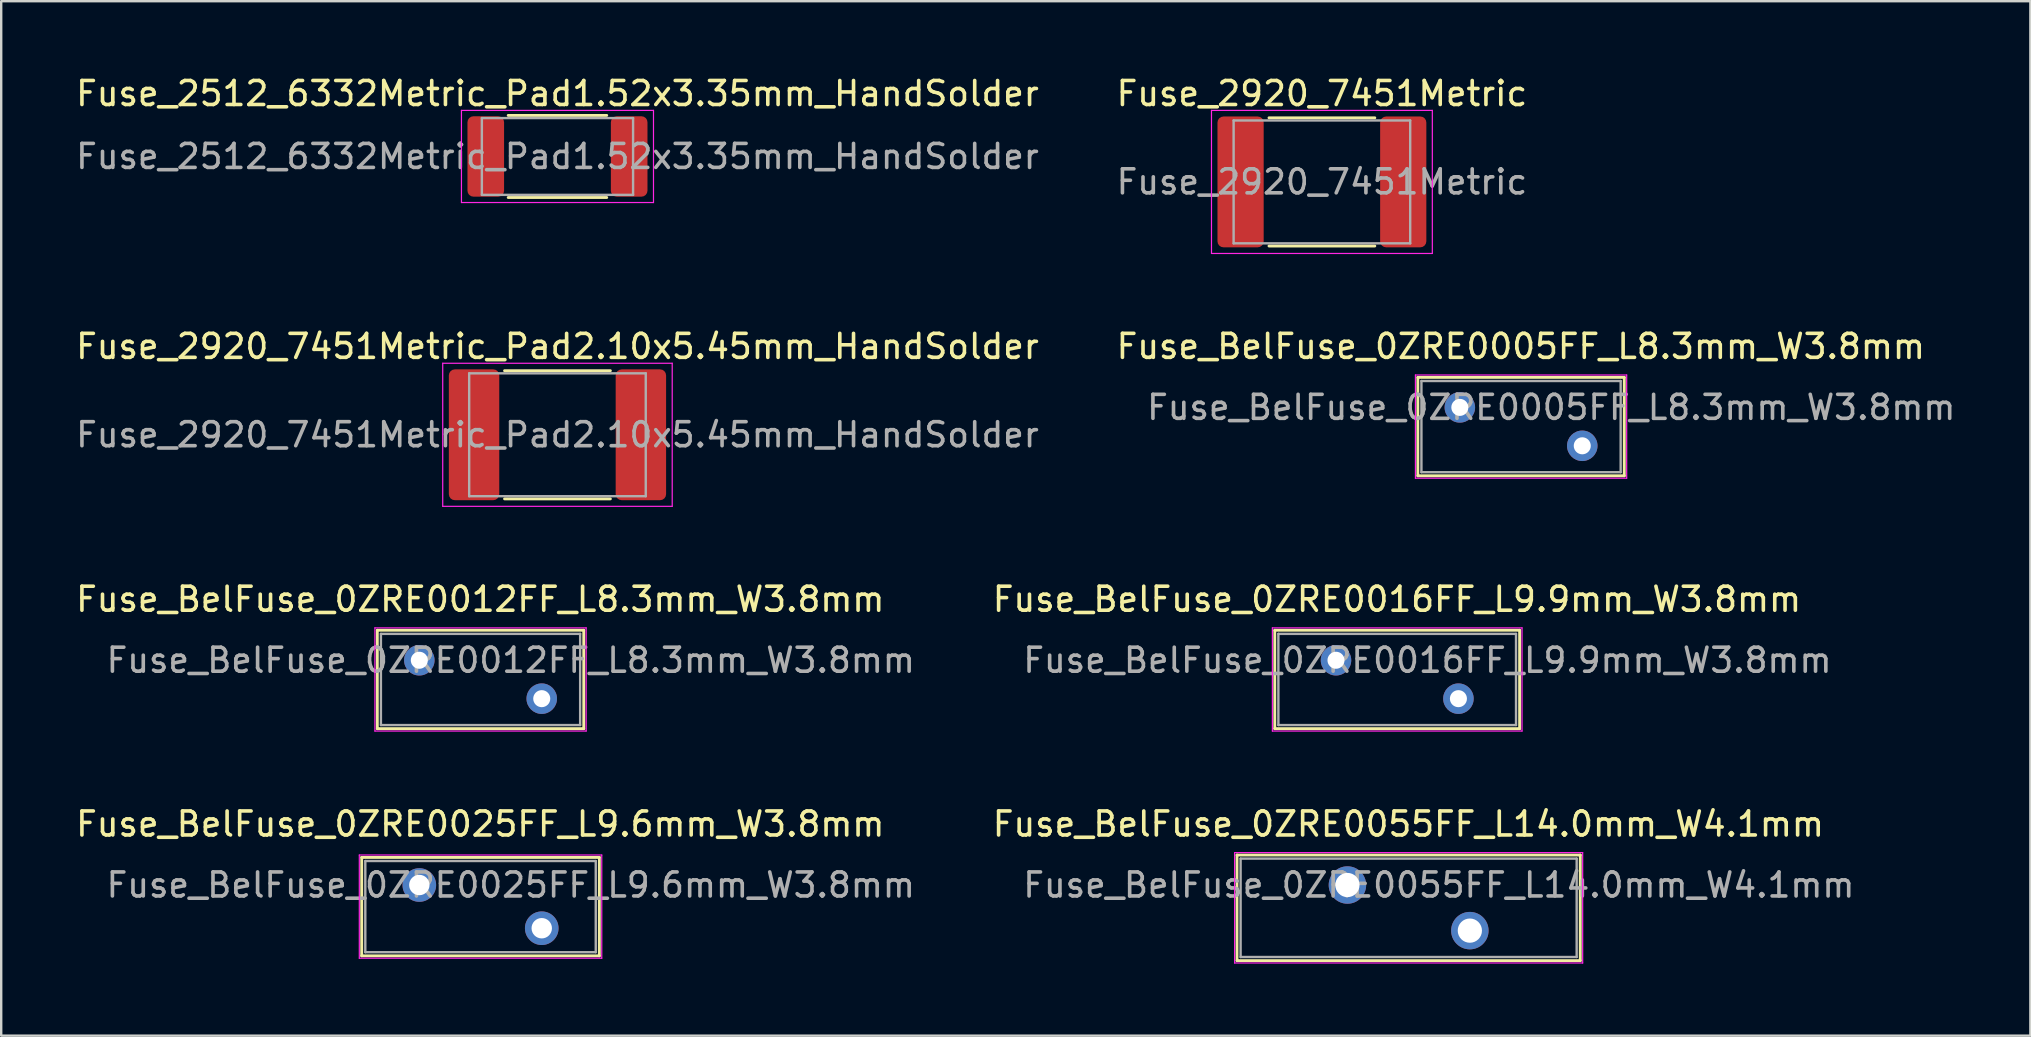
<source format=kicad_pcb>
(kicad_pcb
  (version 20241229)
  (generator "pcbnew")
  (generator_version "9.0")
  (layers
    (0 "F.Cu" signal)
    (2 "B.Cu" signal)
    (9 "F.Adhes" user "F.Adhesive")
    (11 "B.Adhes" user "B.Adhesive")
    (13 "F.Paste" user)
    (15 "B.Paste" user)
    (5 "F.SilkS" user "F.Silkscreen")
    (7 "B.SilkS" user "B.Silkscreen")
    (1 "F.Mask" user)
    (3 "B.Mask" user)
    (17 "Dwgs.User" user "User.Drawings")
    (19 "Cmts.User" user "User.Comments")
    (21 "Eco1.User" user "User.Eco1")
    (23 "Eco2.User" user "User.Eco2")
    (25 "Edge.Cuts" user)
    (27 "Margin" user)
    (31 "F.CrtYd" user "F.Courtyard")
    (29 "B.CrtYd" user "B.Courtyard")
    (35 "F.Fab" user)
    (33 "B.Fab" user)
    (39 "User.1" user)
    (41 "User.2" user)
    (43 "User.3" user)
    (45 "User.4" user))
  (footprint "Fuse_2512_6332Metric_Pad1.52x3.35mm_HandSolder"
    (layer "F.Cu")
    (at 20.173 3.468)
    (property "Reference" "Fuse_2512_6332Metric_Pad1.52x3.35mm_HandSolder" (at 0 -2.62 0) (layer "F.SilkS") (effects (font (size 1 1) (thickness 0.15))))
    (attr smd)
    (fp_line (start -2.052 -1.71) (end 2.052 -1.71) (stroke (width 0.12) (type solid)) (layer "F.SilkS"))
    (fp_line (start -2.052 1.71) (end 2.052 1.71) (stroke (width 0.12) (type solid)) (layer "F.SilkS"))
    (fp_line (start -4 -1.92) (end 4 -1.92) (stroke (width 0.05) (type solid)) (layer "F.CrtYd"))
    (fp_line (start -4 1.92) (end -4 -1.92) (stroke (width 0.05) (type solid)) (layer "F.CrtYd"))
    (fp_line (start 4 -1.92) (end 4 1.92) (stroke (width 0.05) (type solid)) (layer "F.CrtYd"))
    (fp_line (start 4 1.92) (end -4 1.92) (stroke (width 0.05) (type solid)) (layer "F.CrtYd"))
    (fp_line (start -3.15 -1.6) (end 3.15 -1.6) (stroke (width 0.1) (type solid)) (layer "F.Fab"))
    (fp_line (start -3.15 1.6) (end -3.15 -1.6) (stroke (width 0.1) (type solid)) (layer "F.Fab"))
    (fp_line (start 3.15 -1.6) (end 3.15 1.6) (stroke (width 0.1) (type solid)) (layer "F.Fab"))
    (fp_line (start 3.15 1.6) (end -3.15 1.6) (stroke (width 0.1) (type solid)) (layer "F.Fab"))
    (fp_text user "${REFERENCE}" (at 0 0 0) (layer "F.Fab") (effects (font (size 1 1) (thickness 0.15))))
    (pad "1" smd roundrect (at -2.987 0) (size 1.525 3.35) (layers "F.Cu" "F.Mask" "F.Paste") (roundrect_rratio 0.164))
    (pad "2" smd roundrect (at 2.987 0) (size 1.525 3.35) (layers "F.Cu" "F.Mask" "F.Paste") (roundrect_rratio 0.164)))
  (footprint "Fuse_BelFuse_0ZRE0025FF_L9.6mm_W3.8mm"
    (layer "F.Cu")
    (at 14.418 33.818)
    (property "Reference" "Fuse_BelFuse_0ZRE0025FF_L9.6mm_W3.8mm" (at 2.54 -2.54 0) (layer "F.SilkS") (effects (font (size 1 1) (thickness 0.15))))
    (attr through_hole)
    (fp_line (start -2.4 -1.15) (end -2.4 2.95) (stroke (width 0.12) (type solid)) (layer "F.SilkS"))
    (fp_line (start -2.4 -1.15) (end 7.5 -1.15) (stroke (width 0.12) (type solid)) (layer "F.SilkS"))
    (fp_line (start -2.4 2.95) (end 7.5 2.95) (stroke (width 0.12) (type solid)) (layer "F.SilkS"))
    (fp_line (start 7.5 -1.15) (end 7.5 2.95) (stroke (width 0.12) (type solid)) (layer "F.SilkS"))
    (fp_line (start -2.5 -1.25) (end -2.5 3.05) (stroke (width 0.05) (type solid)) (layer "F.CrtYd"))
    (fp_line (start -2.5 -1.25) (end 7.6 -1.25) (stroke (width 0.05) (type solid)) (layer "F.CrtYd"))
    (fp_line (start -2.5 3.05) (end 7.6 3.05) (stroke (width 0.05) (type solid)) (layer "F.CrtYd"))
    (fp_line (start 7.6 -1.25) (end 7.6 3.05) (stroke (width 0.05) (type solid)) (layer "F.CrtYd"))
    (fp_line (start -2.25 -1) (end -2.25 2.8) (stroke (width 0.1) (type solid)) (layer "F.Fab"))
    (fp_line (start -2.25 -1) (end 7.35 -1) (stroke (width 0.1) (type solid)) (layer "F.Fab"))
    (fp_line (start -2.25 2.8) (end 7.35 2.8) (stroke (width 0.1) (type solid)) (layer "F.Fab"))
    (fp_line (start 7.35 -1) (end 7.35 2.8) (stroke (width 0.1) (type solid)) (layer "F.Fab"))
    (fp_text user "${REFERENCE}" (at 3.81 0 0) (layer "F.Fab") (effects (font (size 1 1) (thickness 0.15))))
    (pad "1" thru_hole circle (at 0 0) (size 1.4 1.4) (drill 0.85) (layers "*.Cu" "*.Mask"))
    (pad "2" thru_hole circle (at 5.1 1.8) (size 1.4 1.4) (drill 0.85) (layers "*.Cu" "*.Mask")))
  (footprint "Fuse_BelFuse_0ZRE0016FF_L9.9mm_W3.8mm"
    (layer "F.Cu")
    (at 52.605 24.455)
    (property "Reference" "Fuse_BelFuse_0ZRE0016FF_L9.9mm_W3.8mm" (at 2.54 -2.54 0) (layer "F.SilkS") (effects (font (size 1 1) (thickness 0.15))))
    (attr through_hole)
    (fp_line (start -2.55 -1.25) (end -2.55 2.85) (stroke (width 0.12) (type solid)) (layer "F.SilkS"))
    (fp_line (start -2.55 -1.25) (end 7.65 -1.25) (stroke (width 0.12) (type solid)) (layer "F.SilkS"))
    (fp_line (start -2.55 2.85) (end 7.65 2.85) (stroke (width 0.12) (type solid)) (layer "F.SilkS"))
    (fp_line (start 7.65 -1.25) (end 7.65 2.85) (stroke (width 0.12) (type solid)) (layer "F.SilkS"))
    (fp_line (start -2.65 -1.35) (end -2.65 2.95) (stroke (width 0.05) (type solid)) (layer "F.CrtYd"))
    (fp_line (start -2.65 -1.35) (end 7.75 -1.35) (stroke (width 0.05) (type solid)) (layer "F.CrtYd"))
    (fp_line (start -2.65 2.95) (end 7.75 2.95) (stroke (width 0.05) (type solid)) (layer "F.CrtYd"))
    (fp_line (start 7.75 -1.35) (end 7.75 2.95) (stroke (width 0.05) (type solid)) (layer "F.CrtYd"))
    (fp_line (start -2.4 -1.1) (end -2.4 2.7) (stroke (width 0.1) (type solid)) (layer "F.Fab"))
    (fp_line (start -2.4 -1.1) (end 7.5 -1.1) (stroke (width 0.1) (type solid)) (layer "F.Fab"))
    (fp_line (start -2.4 2.7) (end 7.5 2.7) (stroke (width 0.1) (type solid)) (layer "F.Fab"))
    (fp_line (start 7.5 -1.1) (end 7.5 2.7) (stroke (width 0.1) (type solid)) (layer "F.Fab"))
    (fp_text user "${REFERENCE}" (at 3.81 0 0) (layer "F.Fab") (effects (font (size 1 1) (thickness 0.15))))
    (pad "1" thru_hole circle (at 0 0) (size 1.27 1.27) (drill 0.71) (layers "*.Cu" "*.Mask"))
    (pad "2" thru_hole circle (at 5.1 1.6) (size 1.27 1.27) (drill 0.71) (layers "*.Cu" "*.Mask")))
  (footprint "Fuse_2920_7451Metric_Pad2.10x5.45mm_HandSolder"
    (layer "F.Cu")
    (at 20.173 15.062)
    (property "Reference" "Fuse_2920_7451Metric_Pad2.10x5.45mm_HandSolder" (at 0 -3.68 0) (layer "F.SilkS") (effects (font (size 1 1) (thickness 0.15))))
    (attr smd)
    (fp_line (start -2.204 -2.67) (end 2.204 -2.67) (stroke (width 0.12) (type solid)) (layer "F.SilkS"))
    (fp_line (start -2.204 2.67) (end 2.204 2.67) (stroke (width 0.12) (type solid)) (layer "F.SilkS"))
    (fp_line (start -4.78 -2.98) (end 4.78 -2.98) (stroke (width 0.05) (type solid)) (layer "F.CrtYd"))
    (fp_line (start -4.78 2.98) (end -4.78 -2.98) (stroke (width 0.05) (type solid)) (layer "F.CrtYd"))
    (fp_line (start 4.78 -2.98) (end 4.78 2.98) (stroke (width 0.05) (type solid)) (layer "F.CrtYd"))
    (fp_line (start 4.78 2.98) (end -4.78 2.98) (stroke (width 0.05) (type solid)) (layer "F.CrtYd"))
    (fp_line (start -3.678 -2.56) (end 3.678 -2.56) (stroke (width 0.1) (type solid)) (layer "F.Fab"))
    (fp_line (start -3.678 2.56) (end -3.678 -2.56) (stroke (width 0.1) (type solid)) (layer "F.Fab"))
    (fp_line (start 3.678 -2.56) (end 3.678 2.56) (stroke (width 0.1) (type solid)) (layer "F.Fab"))
    (fp_line (start 3.678 2.56) (end -3.678 2.56) (stroke (width 0.1) (type solid)) (layer "F.Fab"))
    (fp_text user "${REFERENCE}" (at 0 0 0) (layer "F.Fab") (effects (font (size 1 1) (thickness 0.15))))
    (pad "1" smd roundrect (at -3.475 0) (size 2.1 5.45) (layers "F.Cu" "F.Mask" "F.Paste") (roundrect_rratio 0.119))
    (pad "2" smd roundrect (at 3.475 0) (size 2.1 5.45) (layers "F.Cu" "F.Mask" "F.Paste") (roundrect_rratio 0.119)))
  (footprint "Fuse_2920_7451Metric"
    (layer "F.Cu")
    (at 52.018 4.528)
    (property "Reference" "Fuse_2920_7451Metric" (at 0 -3.68 0) (layer "F.SilkS") (effects (font (size 1 1) (thickness 0.15))))
    (attr smd)
    (fp_line (start -2.204 -2.67) (end 2.204 -2.67) (stroke (width 0.12) (type solid)) (layer "F.SilkS"))
    (fp_line (start -2.204 2.67) (end 2.204 2.67) (stroke (width 0.12) (type solid)) (layer "F.SilkS"))
    (fp_line (start -4.6 -2.98) (end 4.6 -2.98) (stroke (width 0.05) (type solid)) (layer "F.CrtYd"))
    (fp_line (start -4.6 2.98) (end -4.6 -2.98) (stroke (width 0.05) (type solid)) (layer "F.CrtYd"))
    (fp_line (start 4.6 -2.98) (end 4.6 2.98) (stroke (width 0.05) (type solid)) (layer "F.CrtYd"))
    (fp_line (start 4.6 2.98) (end -4.6 2.98) (stroke (width 0.05) (type solid)) (layer "F.CrtYd"))
    (fp_line (start -3.678 -2.56) (end 3.678 -2.56) (stroke (width 0.1) (type solid)) (layer "F.Fab"))
    (fp_line (start -3.678 2.56) (end -3.678 -2.56) (stroke (width 0.1) (type solid)) (layer "F.Fab"))
    (fp_line (start 3.678 -2.56) (end 3.678 2.56) (stroke (width 0.1) (type solid)) (layer "F.Fab"))
    (fp_line (start 3.678 2.56) (end -3.678 2.56) (stroke (width 0.1) (type solid)) (layer "F.Fab"))
    (fp_text user "${REFERENCE}" (at 0 0 0) (layer "F.Fab") (effects (font (size 1 1) (thickness 0.15))))
    (pad "1" smd roundrect (at -3.388 0) (size 1.925 5.45) (layers "F.Cu" "F.Mask" "F.Paste") (roundrect_rratio 0.13))
    (pad "2" smd roundrect (at 3.388 0) (size 1.925 5.45) (layers "F.Cu" "F.Mask" "F.Paste") (roundrect_rratio 0.13)))
  (footprint "Fuse_BelFuse_0ZRE0012FF_L8.3mm_W3.8mm"
    (layer "F.Cu")
    (at 14.418 24.455)
    (property "Reference" "Fuse_BelFuse_0ZRE0012FF_L8.3mm_W3.8mm" (at 2.54 -2.54 0) (layer "F.SilkS") (effects (font (size 1 1) (thickness 0.15))))
    (attr through_hole)
    (fp_line (start -1.75 -1.25) (end -1.75 2.85) (stroke (width 0.12) (type solid)) (layer "F.SilkS"))
    (fp_line (start -1.75 -1.25) (end 6.85 -1.25) (stroke (width 0.12) (type solid)) (layer "F.SilkS"))
    (fp_line (start -1.75 2.85) (end 6.85 2.85) (stroke (width 0.12) (type solid)) (layer "F.SilkS"))
    (fp_line (start 6.85 -1.25) (end 6.85 2.85) (stroke (width 0.12) (type solid)) (layer "F.SilkS"))
    (fp_line (start -1.85 -1.35) (end -1.85 2.95) (stroke (width 0.05) (type solid)) (layer "F.CrtYd"))
    (fp_line (start -1.85 -1.35) (end 6.95 -1.35) (stroke (width 0.05) (type solid)) (layer "F.CrtYd"))
    (fp_line (start -1.85 2.95) (end 6.95 2.95) (stroke (width 0.05) (type solid)) (layer "F.CrtYd"))
    (fp_line (start 6.95 -1.35) (end 6.95 2.95) (stroke (width 0.05) (type solid)) (layer "F.CrtYd"))
    (fp_line (start -1.6 -1.1) (end -1.6 2.7) (stroke (width 0.1) (type solid)) (layer "F.Fab"))
    (fp_line (start -1.6 -1.1) (end 6.7 -1.1) (stroke (width 0.1) (type solid)) (layer "F.Fab"))
    (fp_line (start -1.6 2.7) (end 6.7 2.7) (stroke (width 0.1) (type solid)) (layer "F.Fab"))
    (fp_line (start 6.7 -1.1) (end 6.7 2.7) (stroke (width 0.1) (type solid)) (layer "F.Fab"))
    (fp_text user "${REFERENCE}" (at 3.81 0 0) (layer "F.Fab") (effects (font (size 1 1) (thickness 0.15))))
    (pad "1" thru_hole circle (at 0 0) (size 1.27 1.27) (drill 0.71) (layers "*.Cu" "*.Mask"))
    (pad "2" thru_hole circle (at 5.1 1.6) (size 1.27 1.27) (drill 0.71) (layers "*.Cu" "*.Mask")))
  (footprint "Fuse_BelFuse_0ZRE0005FF_L8.3mm_W3.8mm"
    (layer "F.Cu")
    (at 57.764 13.921)
    (property "Reference" "Fuse_BelFuse_0ZRE0005FF_L8.3mm_W3.8mm" (at 2.54 -2.54 0) (layer "F.SilkS") (effects (font (size 1 1) (thickness 0.15))))
    (attr through_hole)
    (fp_line (start -1.75 -1.25) (end -1.75 2.85) (stroke (width 0.12) (type solid)) (layer "F.SilkS"))
    (fp_line (start -1.75 -1.25) (end 6.85 -1.25) (stroke (width 0.12) (type solid)) (layer "F.SilkS"))
    (fp_line (start -1.75 2.85) (end 6.85 2.85) (stroke (width 0.12) (type solid)) (layer "F.SilkS"))
    (fp_line (start 6.85 -1.25) (end 6.85 2.85) (stroke (width 0.12) (type solid)) (layer "F.SilkS"))
    (fp_line (start -1.85 -1.35) (end -1.85 2.95) (stroke (width 0.05) (type solid)) (layer "F.CrtYd"))
    (fp_line (start -1.85 -1.35) (end 6.95 -1.35) (stroke (width 0.05) (type solid)) (layer "F.CrtYd"))
    (fp_line (start -1.85 2.95) (end 6.95 2.95) (stroke (width 0.05) (type solid)) (layer "F.CrtYd"))
    (fp_line (start 6.95 -1.35) (end 6.95 2.95) (stroke (width 0.05) (type solid)) (layer "F.CrtYd"))
    (fp_line (start -1.6 -1.1) (end -1.6 2.7) (stroke (width 0.1) (type solid)) (layer "F.Fab"))
    (fp_line (start -1.6 -1.1) (end 6.7 -1.1) (stroke (width 0.1) (type solid)) (layer "F.Fab"))
    (fp_line (start -1.6 2.7) (end 6.7 2.7) (stroke (width 0.1) (type solid)) (layer "F.Fab"))
    (fp_line (start 6.7 -1.1) (end 6.7 2.7) (stroke (width 0.1) (type solid)) (layer "F.Fab"))
    (fp_text user "${REFERENCE}" (at 3.81 0 0) (layer "F.Fab") (effects (font (size 1 1) (thickness 0.15))))
    (pad "1" thru_hole circle (at 0 0) (size 1.27 1.27) (drill 0.71) (layers "*.Cu" "*.Mask"))
    (pad "2" thru_hole circle (at 5.1 1.6) (size 1.27 1.27) (drill 0.71) (layers "*.Cu" "*.Mask")))
  (footprint "Fuse_BelFuse_0ZRE0055FF_L14.0mm_W4.1mm"
    (layer "F.Cu")
    (at 53.081 33.818)
    (property "Reference" "Fuse_BelFuse_0ZRE0055FF_L14.0mm_W4.1mm" (at 2.54 -2.54 0) (layer "F.SilkS") (effects (font (size 1 1) (thickness 0.15))))
    (attr through_hole)
    (fp_line (start -4.6 -1.25) (end -4.6 3.15) (stroke (width 0.12) (type solid)) (layer "F.SilkS"))
    (fp_line (start -4.6 -1.25) (end 9.7 -1.25) (stroke (width 0.12) (type solid)) (layer "F.SilkS"))
    (fp_line (start -4.6 3.15) (end 9.7 3.15) (stroke (width 0.12) (type solid)) (layer "F.SilkS"))
    (fp_line (start 9.7 -1.25) (end 9.7 3.15) (stroke (width 0.12) (type solid)) (layer "F.SilkS"))
    (fp_line (start -4.7 -1.35) (end -4.7 3.25) (stroke (width 0.05) (type solid)) (layer "F.CrtYd"))
    (fp_line (start -4.7 -1.35) (end 9.8 -1.35) (stroke (width 0.05) (type solid)) (layer "F.CrtYd"))
    (fp_line (start -4.7 3.25) (end 9.8 3.25) (stroke (width 0.05) (type solid)) (layer "F.CrtYd"))
    (fp_line (start 9.8 -1.35) (end 9.8 3.25) (stroke (width 0.05) (type solid)) (layer "F.CrtYd"))
    (fp_line (start -4.45 -1.1) (end -4.45 3) (stroke (width 0.1) (type solid)) (layer "F.Fab"))
    (fp_line (start -4.45 -1.1) (end 9.55 -1.1) (stroke (width 0.1) (type solid)) (layer "F.Fab"))
    (fp_line (start -4.45 3) (end 9.55 3) (stroke (width 0.1) (type solid)) (layer "F.Fab"))
    (fp_line (start 9.55 -1.1) (end 9.55 3) (stroke (width 0.1) (type solid)) (layer "F.Fab"))
    (fp_text user "${REFERENCE}" (at 3.81 0 0) (layer "F.Fab") (effects (font (size 1 1) (thickness 0.15))))
    (pad "1" thru_hole circle (at 0 0) (size 1.56 1.56) (drill 1.01) (layers "*.Cu" "*.Mask"))
    (pad "2" thru_hole circle (at 5.1 1.9) (size 1.56 1.56) (drill 1.01) (layers "*.Cu" "*.Mask")))
  (gr_rect
    (start -3 -3)
    (end 81.532 40.093)
    (stroke (width 0.1) (type default))
    (fill no)
    (layer "Edge.Cuts")))
</source>
